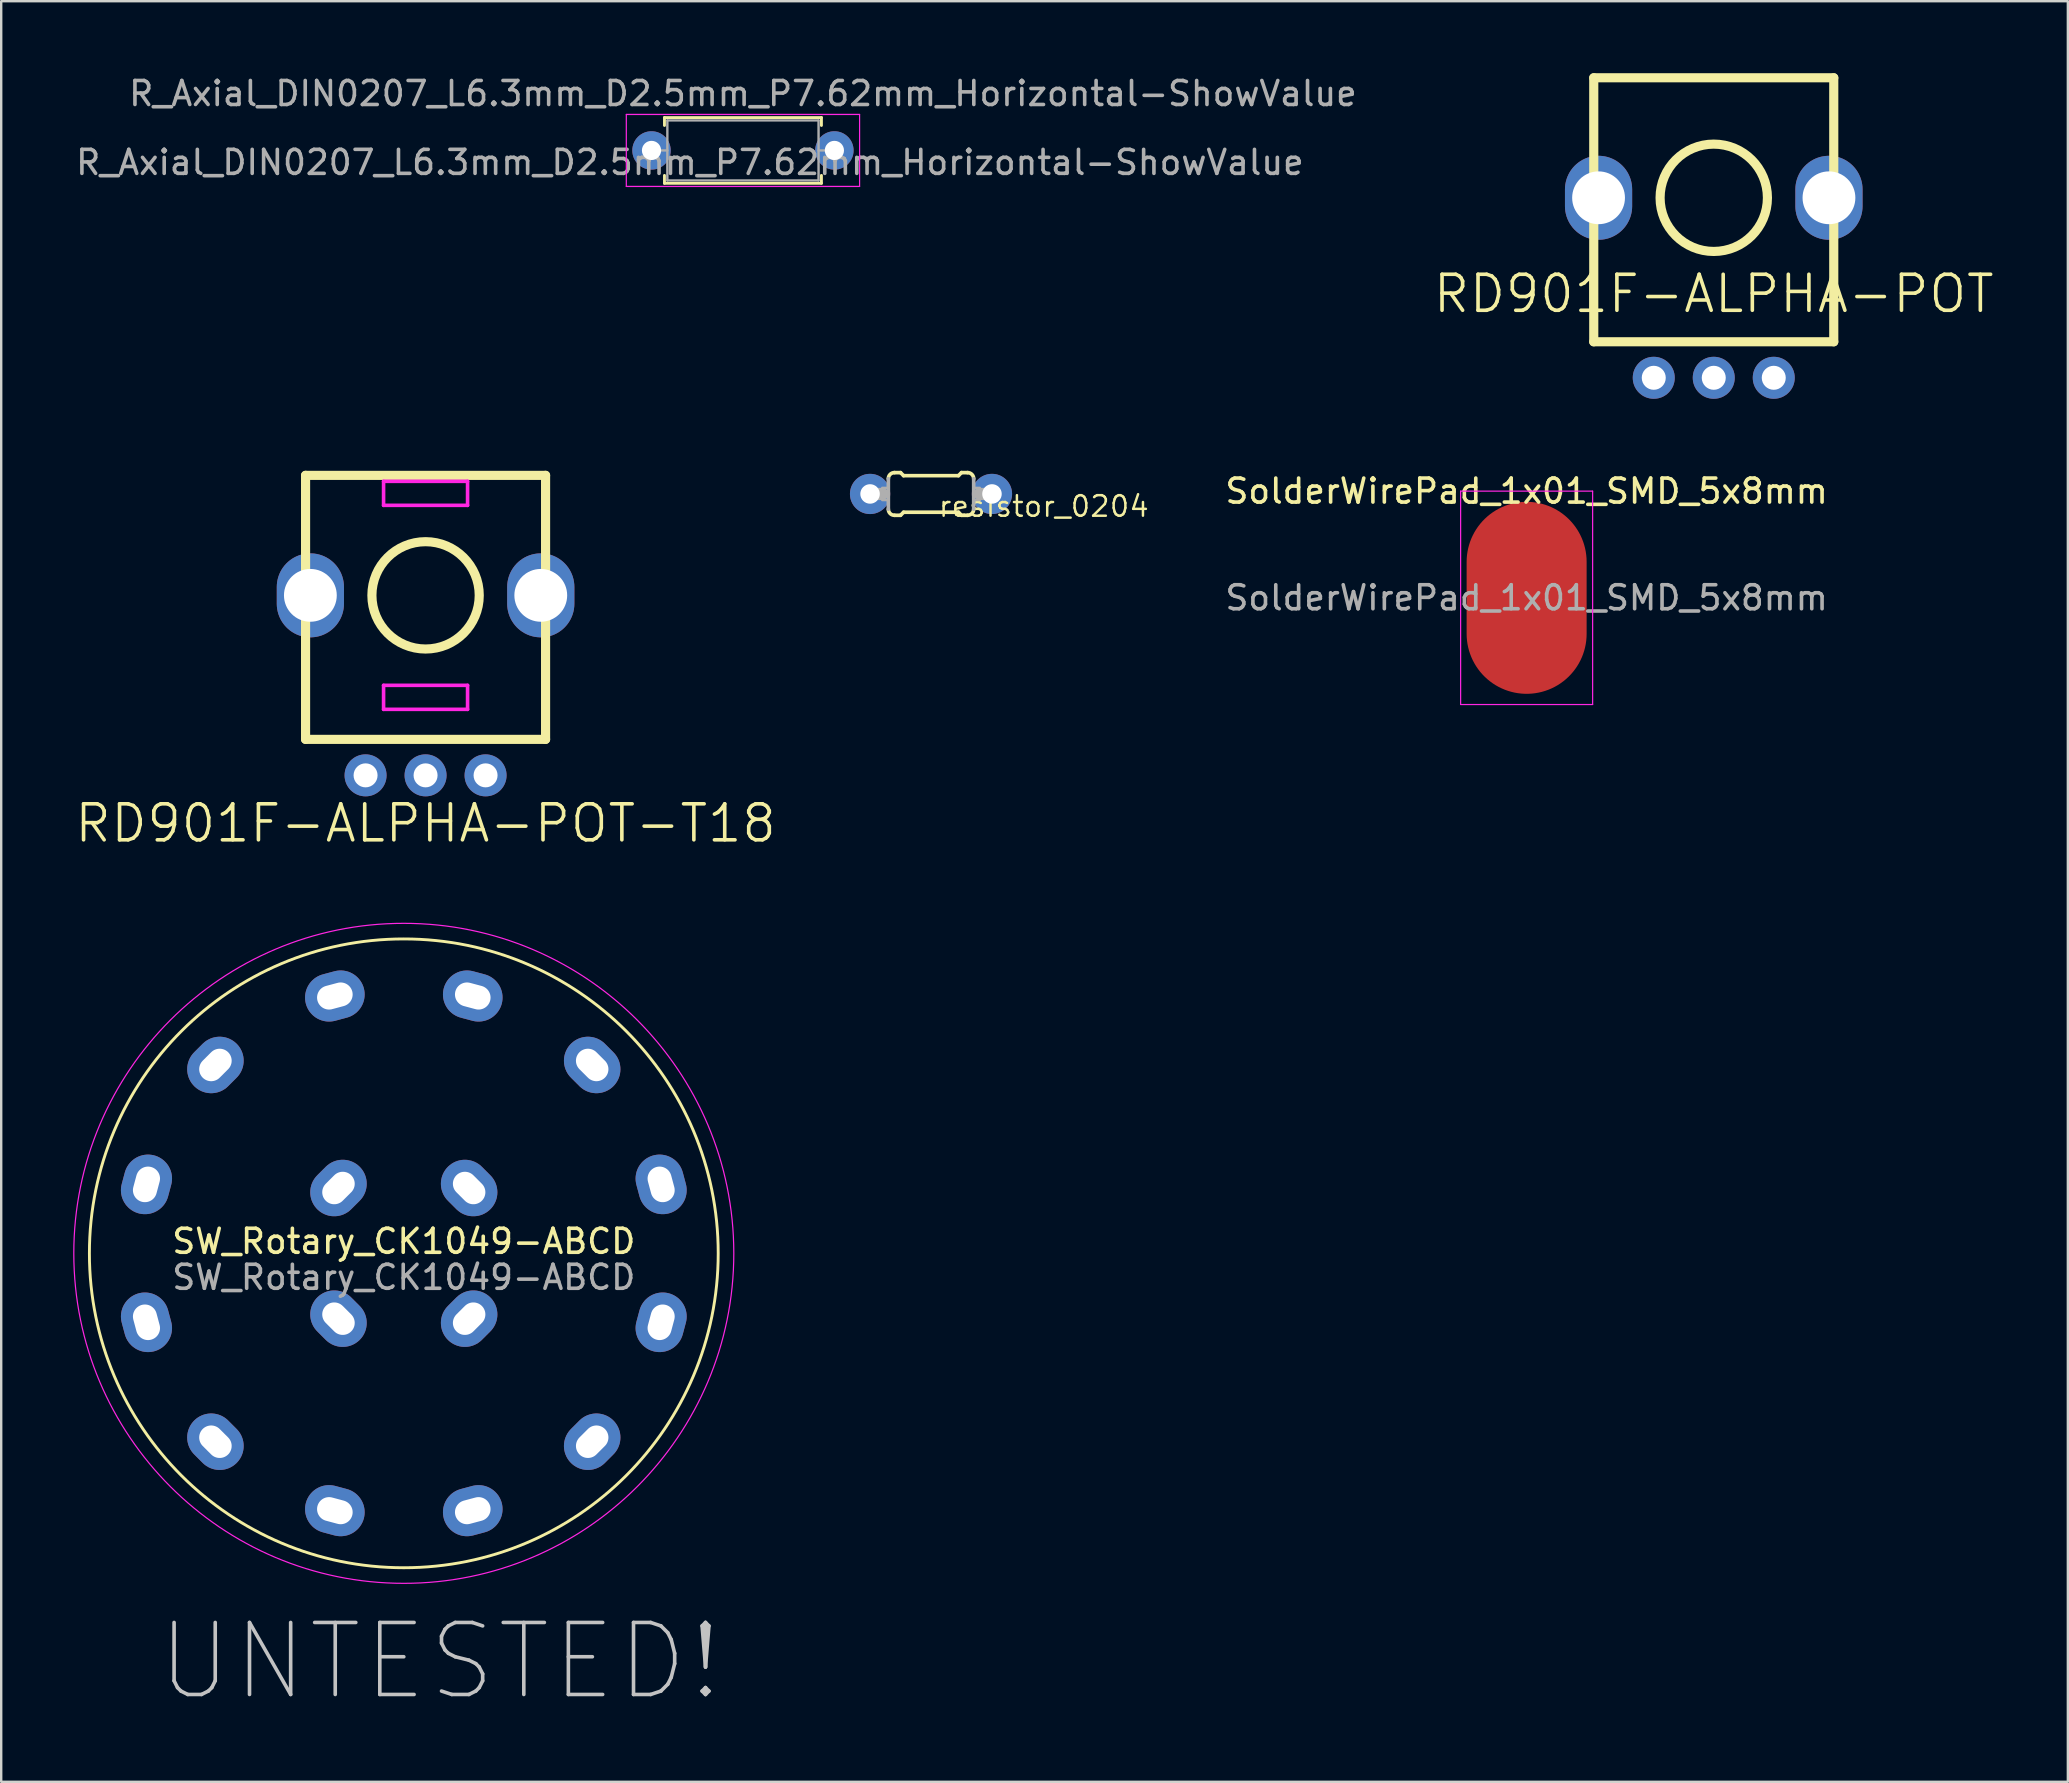
<source format=kicad_pcb>
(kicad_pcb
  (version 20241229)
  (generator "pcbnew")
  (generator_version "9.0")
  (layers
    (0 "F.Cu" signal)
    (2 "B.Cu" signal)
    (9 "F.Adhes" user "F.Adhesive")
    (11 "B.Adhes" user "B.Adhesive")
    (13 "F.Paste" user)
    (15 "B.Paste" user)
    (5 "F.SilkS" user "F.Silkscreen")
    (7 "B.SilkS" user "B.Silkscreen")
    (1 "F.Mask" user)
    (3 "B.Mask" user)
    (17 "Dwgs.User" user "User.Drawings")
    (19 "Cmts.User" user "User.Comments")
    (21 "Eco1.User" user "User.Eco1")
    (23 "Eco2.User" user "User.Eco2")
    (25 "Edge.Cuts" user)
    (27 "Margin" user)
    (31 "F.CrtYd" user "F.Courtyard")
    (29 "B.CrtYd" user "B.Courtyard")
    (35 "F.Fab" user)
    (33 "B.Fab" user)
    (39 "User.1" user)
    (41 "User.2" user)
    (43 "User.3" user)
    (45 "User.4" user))
  (footprint "RD901F-ALPHA-POT"
    (layer "F.Cu")
    (at 68.356 5.191)
    (property "Reference" "RD901F-ALPHA-POT" (at 0 4 0) (layer "F.SilkS") (effects (font (size 1.5 1.5) (thickness 0.15))))
    (attr through_hole)
    (fp_line (start -5 -5) (end 5 -5) (stroke (width 0.381) (type solid)) (layer "F.SilkS"))
    (fp_line (start -5 0) (end -5 -5) (stroke (width 0.381) (type solid)) (layer "F.SilkS"))
    (fp_line (start -5 6) (end -5 0) (stroke (width 0.381) (type solid)) (layer "F.SilkS"))
    (fp_line (start 5 -5) (end 5 6) (stroke (width 0.381) (type solid)) (layer "F.SilkS"))
    (fp_line (start 5 6) (end -5 6) (stroke (width 0.381) (type solid)) (layer "F.SilkS"))
    (fp_circle (center 0 0) (end 1 2) (stroke (width 0.381) (type solid)) (fill no) (layer "F.SilkS"))
    (pad "" thru_hole oval (at -4.8 0) (size 2.8 3.5) (drill 2.2) (layers "*.Cu" "*.Mask"))
    (pad "" thru_hole oval (at 4.8 0) (size 2.8 3.5) (drill 2.2) (layers "*.Cu" "*.Mask"))
    (pad "1" thru_hole circle (at -2.5 7.5) (size 1.75 1.75) (drill 1) (layers "*.Cu" "*.Mask"))
    (pad "2" thru_hole circle (at 0 7.5) (size 1.75 1.75) (drill 1) (layers "*.Cu" "*.Mask"))
    (pad "3" thru_hole circle (at 2.5 7.5) (size 1.75 1.75) (drill 1) (layers "*.Cu" "*.Mask")))
  (footprint "R_Axial_DIN0207_L6.3mm_D2.5mm_P7.62mm_Horizontal-ShowValue"
    (layer "F.Cu")
    (at 24.096 3.218)
    (property "Reference" "R_Axial_DIN0207_L6.3mm_D2.5mm_P7.62mm_Horizontal-ShowValue" (at 3.81 -2.37 0) (layer "F.Fab") (effects (font (size 1 1) (thickness 0.15))))
    (attr through_hole)
    (fp_line (start 0.54 -1.37) (end 7.08 -1.37) (stroke (width 0.12) (type solid)) (layer "F.SilkS"))
    (fp_line (start 0.54 -1.04) (end 0.54 -1.37) (stroke (width 0.12) (type solid)) (layer "F.SilkS"))
    (fp_line (start 0.54 1.04) (end 0.54 1.37) (stroke (width 0.12) (type solid)) (layer "F.SilkS"))
    (fp_line (start 0.54 1.37) (end 7.08 1.37) (stroke (width 0.12) (type solid)) (layer "F.SilkS"))
    (fp_line (start 7.08 -1.37) (end 7.08 -1.04) (stroke (width 0.12) (type solid)) (layer "F.SilkS"))
    (fp_line (start 7.08 1.37) (end 7.08 1.04) (stroke (width 0.12) (type solid)) (layer "F.SilkS"))
    (fp_line (start -1.05 -1.5) (end -1.05 1.5) (stroke (width 0.05) (type solid)) (layer "F.CrtYd"))
    (fp_line (start -1.05 1.5) (end 8.67 1.5) (stroke (width 0.05) (type solid)) (layer "F.CrtYd"))
    (fp_line (start 8.67 -1.5) (end -1.05 -1.5) (stroke (width 0.05) (type solid)) (layer "F.CrtYd"))
    (fp_line (start 8.67 1.5) (end 8.67 -1.5) (stroke (width 0.05) (type solid)) (layer "F.CrtYd"))
    (fp_line (start 0 0) (end 0.66 0) (stroke (width 0.1) (type solid)) (layer "F.Fab"))
    (fp_line (start 0.66 -1.25) (end 0.66 1.25) (stroke (width 0.1) (type solid)) (layer "F.Fab"))
    (fp_line (start 0.66 1.25) (end 6.96 1.25) (stroke (width 0.1) (type solid)) (layer "F.Fab"))
    (fp_line (start 6.96 -1.25) (end 0.66 -1.25) (stroke (width 0.1) (type solid)) (layer "F.Fab"))
    (fp_line (start 6.96 1.25) (end 6.96 -1.25) (stroke (width 0.1) (type solid)) (layer "F.Fab"))
    (fp_line (start 7.62 0) (end 6.96 0) (stroke (width 0.1) (type solid)) (layer "F.Fab"))
    (fp_text user "${REFERENCE}" (at 1.6 0.5 0) (layer "F.Fab") (effects (font (size 1 1) (thickness 0.15))))
    (pad "1" thru_hole circle (at 0 0) (size 1.6 1.6) (drill 0.8) (layers "*.Cu" "*.Mask"))
    (pad "2" thru_hole oval (at 7.62 0) (size 1.6 1.6) (drill 0.8) (layers "*.Cu" "*.Mask")))
  (footprint "SW_Rotary_CK1049-ABCD"
    (layer "F.Cu")
    (at 13.775 49.172)
    (property "Reference" "SW_Rotary_CK1049-ABCD" (at 0 -0.5 0) (unlocked yes) (layer "F.SilkS") (effects (font (size 1 1) (thickness 0.15))))
    (attr through_hole)
    (fp_circle (center 0 0) (end 13.1 0) (stroke (width 0.12) (type solid)) (fill no) (layer "F.SilkS"))
    (fp_circle (center 0 0) (end 13.75 0) (stroke (width 0.05) (type solid)) (fill no) (layer "F.CrtYd"))
    (fp_text user "UNTESTED!" (at 1.5 17 0) (unlocked yes) (layer "Dwgs.User") (effects (font (size 3 3) (thickness 0.15))))
    (fp_text user "${REFERENCE}" (at 0 1 0) (unlocked yes) (layer "F.Fab") (effects (font (size 1 1) (thickness 0.15))))
    (pad "1" thru_hole oval (at -2.873 10.722 345) (size 2.5 2) (drill oval 1.5 1) (layers "*.Cu" "*.Mask"))
    (pad "2" thru_hole oval (at -7.849 7.849 315) (size 2.5 2) (drill oval 1.5 1) (layers "*.Cu" "*.Mask"))
    (pad "3" thru_hole oval (at -10.722 2.873 285) (size 2.5 2) (drill oval 1.5 1) (layers "*.Cu" "*.Mask"))
    (pad "4" thru_hole oval (at -10.722 -2.873 255) (size 2.5 2) (drill oval 1.5 1) (layers "*.Cu" "*.Mask"))
    (pad "5" thru_hole oval (at -7.849 -7.849 225) (size 2.5 2) (drill oval 1.5 1) (layers "*.Cu" "*.Mask"))
    (pad "6" thru_hole oval (at -2.873 -10.722 195) (size 2.5 2) (drill oval 1.5 1) (layers "*.Cu" "*.Mask"))
    (pad "7" thru_hole oval (at 2.873 -10.722 165) (size 2.5 2) (drill oval 1.5 1) (layers "*.Cu" "*.Mask"))
    (pad "8" thru_hole oval (at 7.849 -7.849 135) (size 2.5 2) (drill oval 1.5 1) (layers "*.Cu" "*.Mask"))
    (pad "9" thru_hole oval (at 10.722 -2.873 105) (size 2.5 2) (drill oval 1.5 1) (layers "*.Cu" "*.Mask"))
    (pad "10" thru_hole oval (at 10.722 2.873 75) (size 2.5 2) (drill oval 1.5 1) (layers "*.Cu" "*.Mask"))
    (pad "11" thru_hole oval (at 7.849 7.849 45) (size 2.5 2) (drill oval 1.5 1) (layers "*.Cu" "*.Mask"))
    (pad "12" thru_hole oval (at 2.873 10.722 15) (size 2.5 2) (drill oval 1.5 1) (layers "*.Cu" "*.Mask"))
    (pad "A" thru_hole oval (at -2.722 2.722 315) (size 2.5 2) (drill oval 1.5 1) (layers "*.Cu" "*.Mask"))
    (pad "B" thru_hole oval (at -2.722 -2.722 225) (size 2.5 2) (drill oval 1.5 1) (layers "*.Cu" "*.Mask"))
    (pad "C" thru_hole oval (at 2.722 -2.722 135) (size 2.5 2) (drill oval 1.5 1) (layers "*.Cu" "*.Mask"))
    (pad "D" thru_hole oval (at 2.722 2.722 45) (size 2.5 2) (drill oval 1.5 1) (layers "*.Cu" "*.Mask")))
  (footprint "RD901F-ALPHA-POT-T18"
    (layer "F.Cu")
    (at 14.682 21.756)
    (property "Reference" "RD901F-ALPHA-POT-T18" (at 0 9.5 0) (layer "F.SilkS") (effects (font (size 1.5 1.5) (thickness 0.15))))
    (attr through_hole)
    (fp_line (start -5 -5) (end 5 -5) (stroke (width 0.381) (type solid)) (layer "F.SilkS"))
    (fp_line (start -5 0) (end -5 -5) (stroke (width 0.381) (type solid)) (layer "F.SilkS"))
    (fp_line (start -5 6) (end -5 0) (stroke (width 0.381) (type solid)) (layer "F.SilkS"))
    (fp_line (start 5 -5) (end 5 6) (stroke (width 0.381) (type solid)) (layer "F.SilkS"))
    (fp_line (start 5 6) (end -5 6) (stroke (width 0.381) (type solid)) (layer "F.SilkS"))
    (fp_circle (center 0 0) (end 1 2) (stroke (width 0.381) (type solid)) (fill no) (layer "F.SilkS"))
    (fp_line (start -1.75 -4.75) (end -1.75 -3.75) (stroke (width 0.15) (type solid)) (layer "F.CrtYd"))
    (fp_line (start -1.75 -3.75) (end 1.75 -3.75) (stroke (width 0.15) (type solid)) (layer "F.CrtYd"))
    (fp_line (start -1.75 3.75) (end -1.75 4.75) (stroke (width 0.15) (type solid)) (layer "F.CrtYd"))
    (fp_line (start -1.75 4.75) (end 1.75 4.75) (stroke (width 0.15) (type solid)) (layer "F.CrtYd"))
    (fp_line (start 1.75 -4.75) (end -1.75 -4.75) (stroke (width 0.15) (type solid)) (layer "F.CrtYd"))
    (fp_line (start 1.75 -3.75) (end 1.75 -4.75) (stroke (width 0.15) (type solid)) (layer "F.CrtYd"))
    (fp_line (start 1.75 3.75) (end -1.75 3.75) (stroke (width 0.15) (type solid)) (layer "F.CrtYd"))
    (fp_line (start 1.75 4.75) (end 1.75 3.75) (stroke (width 0.15) (type solid)) (layer "F.CrtYd"))
    (pad "" thru_hole oval (at -4.8 0) (size 2.8 3.5) (drill 2.2) (layers "*.Cu" "*.Mask"))
    (pad "" thru_hole oval (at 4.8 0) (size 2.8 3.5) (drill 2.2) (layers "*.Cu" "*.Mask"))
    (pad "1" thru_hole circle (at -2.5 7.5) (size 1.75 1.75) (drill 1) (layers "*.Cu" "*.Mask"))
    (pad "2" thru_hole circle (at 0 7.5) (size 1.75 1.75) (drill 1) (layers "*.Cu" "*.Mask"))
    (pad "3" thru_hole circle (at 2.5 7.5) (size 1.75 1.75) (drill 1) (layers "*.Cu" "*.Mask")))
  (footprint "SolderWirePad_1x01_SMD_5x8mm"
    (layer "F.Cu")
    (at 60.559 21.859)
    (property "Reference" "SolderWirePad_1x01_SMD_5x8mm" (at 0 -4.445 0) (layer "F.SilkS") (effects (font (size 1 1) (thickness 0.15))))
    (attr smd exclude_from_pos_files exclude_from_bom)
    (fp_line (start -2.75 -4.445) (end -2.75 4.445) (stroke (width 0.05) (type solid)) (layer "F.CrtYd"))
    (fp_line (start -2.75 4.445) (end 2.75 4.445) (stroke (width 0.05) (type solid)) (layer "F.CrtYd"))
    (fp_line (start 2.75 -4.445) (end -2.75 -4.445) (stroke (width 0.05) (type solid)) (layer "F.CrtYd"))
    (fp_line (start 2.75 4.445) (end 2.75 -4.445) (stroke (width 0.05) (type solid)) (layer "F.CrtYd"))
    (fp_text user "${REFERENCE}" (at 0 0 0) (layer "F.Fab") (effects (font (size 1 1) (thickness 0.15))))
    (pad "1" smd oval (at 0 0) (size 5 8) (layers "F.Cu" "F.Mask" "F.Paste")))
  (footprint "resistor_0204"
    (layer "F.Cu")
    (at 35.742 17.531)
    (property "Reference" "resistor_0204" (at 0.254 1.016 180) (layer "F.SilkS") (effects (font (size 0.855 0.855) (thickness 0.103)) (justify left bottom)))
    (attr through_hole)
    (fp_line (start -1.524 -0.889) (end -1.27 -0.889) (stroke (width 0.152) (type solid)) (layer "F.SilkS"))
    (fp_line (start -1.524 0.889) (end -1.27 0.889) (stroke (width 0.152) (type solid)) (layer "F.SilkS"))
    (fp_line (start -1.143 -0.762) (end -1.27 -0.889) (stroke (width 0.152) (type solid)) (layer "F.SilkS"))
    (fp_line (start -1.143 0.762) (end -1.27 0.889) (stroke (width 0.152) (type solid)) (layer "F.SilkS"))
    (fp_line (start 1.143 -0.762) (end -1.143 -0.762) (stroke (width 0.152) (type solid)) (layer "F.SilkS"))
    (fp_line (start 1.143 -0.762) (end 1.27 -0.889) (stroke (width 0.152) (type solid)) (layer "F.SilkS"))
    (fp_line (start 1.143 0.762) (end -1.143 0.762) (stroke (width 0.152) (type solid)) (layer "F.SilkS"))
    (fp_line (start 1.143 0.762) (end 1.27 0.889) (stroke (width 0.152) (type solid)) (layer "F.SilkS"))
    (fp_line (start 1.524 -0.889) (end 1.27 -0.889) (stroke (width 0.152) (type solid)) (layer "F.SilkS"))
    (fp_line (start 1.524 0.889) (end 1.27 0.889) (stroke (width 0.152) (type solid)) (layer "F.SilkS"))
    (fp_arc (start -1.778 -0.635) (mid -1.703605 -0.814605) (end -1.524 -0.889) (stroke (width 0.1524) (type solid)) (layer "F.SilkS"))
    (fp_arc (start -1.524 0.889) (mid -1.703605 0.814605) (end -1.778 0.635) (stroke (width 0.1524) (type solid)) (layer "F.SilkS"))
    (fp_arc (start 1.524 -0.889) (mid 1.703605 -0.814605) (end 1.778 -0.635) (stroke (width 0.1524) (type solid)) (layer "F.SilkS"))
    (fp_arc (start 1.778 0.635) (mid 1.703605 0.814605) (end 1.524 0.889) (stroke (width 0.1524) (type solid)) (layer "F.SilkS"))
    (fp_line (start -2.54 0) (end -2.032 0) (stroke (width 0.508) (type solid)) (layer "F.Fab"))
    (fp_line (start -1.778 0.635) (end -1.778 -0.635) (stroke (width 0.152) (type solid)) (layer "F.Fab"))
    (fp_line (start 1.778 0.635) (end 1.778 -0.635) (stroke (width 0.152) (type solid)) (layer "F.Fab"))
    (fp_line (start 2.54 0) (end 2.032 0) (stroke (width 0.508) (type solid)) (layer "F.Fab"))
    (fp_poly (pts (xy -2.032 0.254) (xy -1.778 0.254) (xy -1.778 -0.254) (xy -2.032 -0.254)) (stroke (width 0.1) (type solid)) (fill no) (layer "F.Fab"))
    (fp_poly (pts (xy 1.778 0.254) (xy 2.032 0.254) (xy 2.032 -0.254) (xy 1.778 -0.254)) (stroke (width 0.1) (type solid)) (fill no) (layer "F.Fab"))
    (pad "1" thru_hole circle (at -2.54 0) (size 1.676 1.676) (drill 0.813) (layers "*.Cu" "*.Mask"))
    (pad "2" thru_hole circle (at 2.54 0) (size 1.676 1.676) (drill 0.813) (layers "*.Cu" "*.Mask")))
  (gr_rect
    (start -3 -3)
    (end 83.11 71.19)
    (stroke (width 0.1) (type default))
    (fill no)
    (layer "Edge.Cuts")))
</source>
